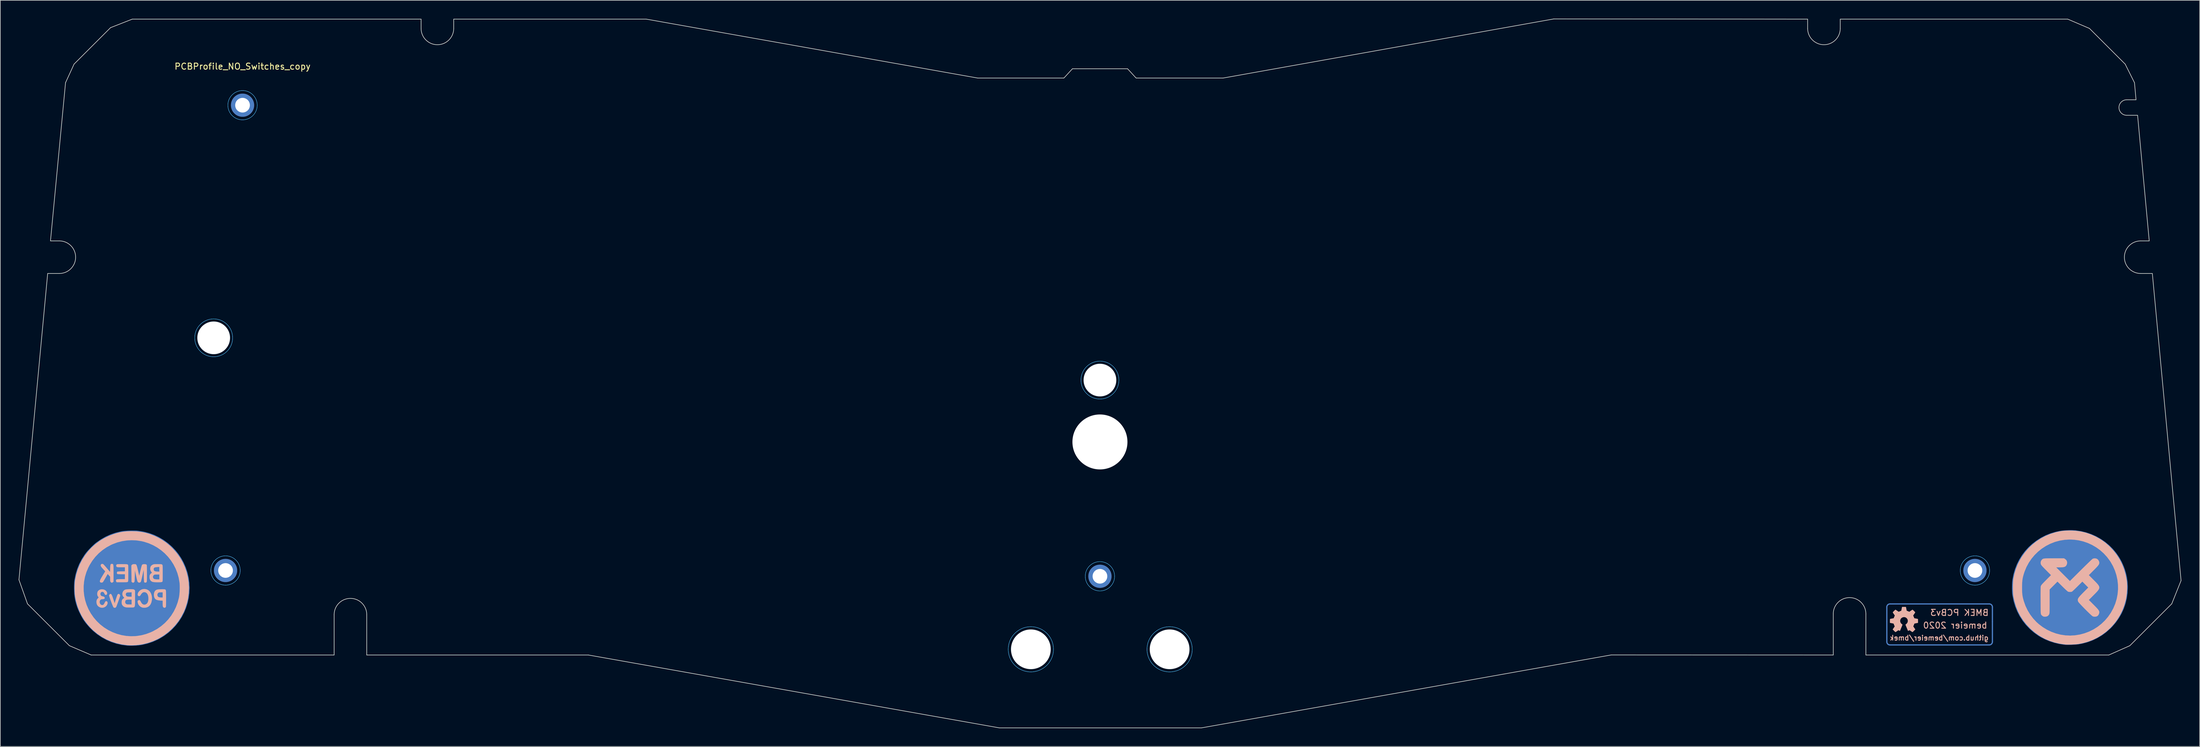
<source format=kicad_pcb>
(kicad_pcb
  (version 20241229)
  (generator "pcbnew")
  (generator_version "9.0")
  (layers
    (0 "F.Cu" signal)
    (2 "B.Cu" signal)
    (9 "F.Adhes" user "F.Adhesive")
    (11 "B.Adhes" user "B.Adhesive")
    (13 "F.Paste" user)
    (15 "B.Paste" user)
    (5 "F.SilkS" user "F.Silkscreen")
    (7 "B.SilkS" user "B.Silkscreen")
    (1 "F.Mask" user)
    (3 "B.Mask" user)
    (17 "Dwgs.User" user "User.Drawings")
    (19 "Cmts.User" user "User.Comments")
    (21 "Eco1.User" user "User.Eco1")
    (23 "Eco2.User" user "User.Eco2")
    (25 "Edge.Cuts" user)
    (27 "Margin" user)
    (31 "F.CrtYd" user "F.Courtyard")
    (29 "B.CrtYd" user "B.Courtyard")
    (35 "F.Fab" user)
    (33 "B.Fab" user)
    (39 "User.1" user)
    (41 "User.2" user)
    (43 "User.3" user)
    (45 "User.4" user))
  (footprint "PCBProfile_NO_Switches_copy"
    (layer "F.Cu")
    (at 36.626 14.179)
    (property "Reference" "PCBProfile_NO_Switches_copy" (at 0 -6.35 0) (unlocked yes) (layer "F.SilkS") (effects (font (size 1 1) (thickness 0.15))))
    (attr through_hole)
    (fp_line (start 268.986 82.169) (end 268.986 84.582) (stroke (width 0.2) (type solid)) (layer "B.Cu"))
    (fp_line (start 268.986 84.582) (end 268.986 87.884) (stroke (width 0.2) (type solid)) (layer "B.Cu"))
    (fp_line (start 269.494 81.68) (end 285.75 81.68) (stroke (width 0.2) (type solid)) (layer "B.Cu"))
    (fp_line (start 269.494 88.392) (end 285.75 88.392) (stroke (width 0.2) (type solid)) (layer "B.Cu"))
    (fp_line (start 286.258 82.169) (end 286.258 84.582) (stroke (width 0.2) (type solid)) (layer "B.Cu"))
    (fp_line (start 286.258 84.582) (end 286.258 87.884) (stroke (width 0.2) (type solid)) (layer "B.Cu"))
    (fp_arc (start 268.986 82.187904) (mid 269.13479 81.828694) (end 269.494 81.679904) (stroke (width 0.2) (type solid)) (layer "B.Cu"))
    (fp_arc (start 269.494 88.392) (mid 269.13479 88.24321) (end 268.986 87.884) (stroke (width 0.2) (type solid)) (layer "B.Cu"))
    (fp_arc (start 285.75 81.679904) (mid 286.10921 81.828694) (end 286.258 82.187904) (stroke (width 0.2) (type solid)) (layer "B.Cu"))
    (fp_arc (start 286.258 87.884) (mid 286.10921 88.24321) (end 285.75 88.392) (stroke (width 0.2) (type solid)) (layer "B.Cu"))
    (fp_poly (pts (xy 299.304 69.603) (xy 299.676 69.617) (xy 299.897 69.636) (xy 300.781 69.771) (xy 301.638 69.983) (xy 302.463 70.268) (xy 303.251 70.623) (xy 303.999 71.045) (xy 304.703 71.53) (xy 305.359 72.076) (xy 305.962 72.679) (xy 306.508 73.335) (xy 306.994 74.042) (xy 307.415 74.796) (xy 307.766 75.594) (xy 307.911 75.997) (xy 308.122 76.705) (xy 308.27 77.391) (xy 308.36 78.082) (xy 308.397 78.808) (xy 308.398 78.994) (xy 308.357 79.891) (xy 308.235 80.766) (xy 308.033 81.616) (xy 307.752 82.439) (xy 307.393 83.23) (xy 306.959 83.987) (xy 306.45 84.708) (xy 305.867 85.389) (xy 305.521 85.74) (xy 304.851 86.328) (xy 304.135 86.847) (xy 303.374 87.295) (xy 302.575 87.67) (xy 301.74 87.97) (xy 300.873 88.193) (xy 300.355 88.286) (xy 300.116 88.315) (xy 299.816 88.338) (xy 299.477 88.356) (xy 299.119 88.368) (xy 298.764 88.374) (xy 298.432 88.372) (xy 298.145 88.363) (xy 297.942 88.347) (xy 297.18 88.229) (xy 296.41 88.045) (xy 295.651 87.802) (xy 294.92 87.504) (xy 294.234 87.159) (xy 293.751 86.868) (xy 293.014 86.335) (xy 292.341 85.748) (xy 291.733 85.108) (xy 291.192 84.418) (xy 290.719 83.681) (xy 290.316 82.9) (xy 289.986 82.077) (xy 289.728 81.215) (xy 289.547 80.316) (xy 289.514 80.095) (xy 289.488 79.821) (xy 289.471 79.486) (xy 289.465 79.114) (xy 289.469 78.727) (xy 289.482 78.348) (xy 289.505 78.002) (xy 289.537 77.71) (xy 289.538 77.703) (xy 289.705 76.835) (xy 289.948 75.992) (xy 290.266 75.18) (xy 290.654 74.404) (xy 291.109 73.67) (xy 291.628 72.984) (xy 292.209 72.352) (xy 292.78 71.834) (xy 293.497 71.286) (xy 294.236 70.819) (xy 295.004 70.428) (xy 295.806 70.111) (xy 296.651 69.864) (xy 297.349 69.717) (xy 297.67 69.672) (xy 298.051 69.637) (xy 298.466 69.613) (xy 298.892 69.602) (xy 299.304 69.603)) (stroke (width 0.01) (type solid)) (fill yes) (layer "B.Cu"))
    (fp_poly (pts (xy -17.526 69.671) (xy -17.198 69.69) (xy -17.077 69.702) (xy -16.184 69.846) (xy -15.319 70.069) (xy -14.485 70.371) (xy -13.686 70.748) (xy -12.924 71.2) (xy -12.204 71.724) (xy -11.545 72.304) (xy -10.964 72.912) (xy -10.453 73.553) (xy -10.002 74.241) (xy -9.629 74.932) (xy -9.277 75.737) (xy -9.007 76.557) (xy -8.815 77.387) (xy -8.701 78.222) (xy -8.662 79.057) (xy -8.698 79.888) (xy -8.806 80.709) (xy -8.985 81.515) (xy -9.233 82.303) (xy -9.548 83.066) (xy -9.929 83.8) (xy -10.374 84.5) (xy -10.882 85.162) (xy -11.45 85.78) (xy -12.077 86.35) (xy -12.762 86.866) (xy -13.503 87.325) (xy -13.928 87.547) (xy -14.745 87.902) (xy -15.594 88.181) (xy -16.466 88.38) (xy -16.785 88.431) (xy -17.11 88.469) (xy -17.486 88.497) (xy -17.883 88.515) (xy -18.274 88.521) (xy -18.631 88.515) (xy -18.861 88.502) (xy -19.753 88.386) (xy -20.62 88.19) (xy -21.459 87.918) (xy -22.264 87.57) (xy -23.033 87.15) (xy -23.76 86.66) (xy -24.442 86.103) (xy -25.074 85.481) (xy -25.652 84.796) (xy -26.027 84.274) (xy -26.185 84.02) (xy -26.359 83.709) (xy -26.539 83.362) (xy -26.713 83.004) (xy -26.869 82.655) (xy -26.998 82.34) (xy -27.05 82.195) (xy -27.223 81.656) (xy -27.355 81.154) (xy -27.45 80.667) (xy -27.513 80.168) (xy -27.547 79.635) (xy -27.557 79.081) (xy -27.555 78.698) (xy -27.547 78.383) (xy -27.532 78.119) (xy -27.51 77.888) (xy -27.481 77.684) (xy -27.296 76.791) (xy -27.039 75.942) (xy -26.709 75.131) (xy -26.304 74.352) (xy -25.82 73.601) (xy -25.684 73.414) (xy -25.496 73.177) (xy -25.259 72.906) (xy -24.99 72.618) (xy -24.706 72.33) (xy -24.424 72.058) (xy -24.159 71.819) (xy -23.928 71.63) (xy -23.916 71.621) (xy -23.165 71.102) (xy -22.392 70.664) (xy -21.594 70.304) (xy -20.764 70.02) (xy -19.897 69.81) (xy -19.758 69.784) (xy -19.466 69.742) (xy -19.113 69.709) (xy -18.72 69.684) (xy -18.309 69.669) (xy -17.904 69.665) (xy -17.526 69.671)) (stroke (width 0.01) (type solid)) (fill yes) (layer "B.Cu"))
    (fp_poly (pts (xy -21.524 80.051) (xy -21.459 80.109) (xy -21.393 80.216) (xy -21.32 80.38) (xy -21.235 80.611) (xy -21.144 80.887) (xy -20.923 81.578) (xy -20.779 81.113) (xy -20.681 80.8) (xy -20.604 80.559) (xy -20.543 80.379) (xy -20.493 80.251) (xy -20.452 80.165) (xy -20.414 80.11) (xy -20.375 80.078) (xy -20.331 80.058) (xy -20.326 80.056) (xy -20.238 80.036) (xy -20.172 80.062) (xy -20.101 80.135) (xy -20.028 80.246) (xy -20.019 80.348) (xy -20.023 80.367) (xy -20.05 80.455) (xy -20.099 80.604) (xy -20.166 80.799) (xy -20.245 81.025) (xy -20.33 81.266) (xy -20.416 81.506) (xy -20.498 81.73) (xy -20.569 81.922) (xy -20.625 82.068) (xy -20.66 82.15) (xy -20.662 82.155) (xy -20.762 82.274) (xy -20.892 82.319) (xy -21.032 82.289) (xy -21.098 82.245) (xy -21.136 82.186) (xy -21.196 82.06) (xy -21.272 81.883) (xy -21.358 81.668) (xy -21.45 81.429) (xy -21.542 81.181) (xy -21.63 80.938) (xy -21.707 80.713) (xy -21.768 80.522) (xy -21.808 80.379) (xy -21.823 80.298) (xy -21.791 80.195) (xy -21.716 80.098) (xy -21.624 80.039) (xy -21.59 80.033) (xy -21.524 80.051)) (stroke (width 0.01) (type solid)) (fill yes) (layer "B.SilkS"))
    (fp_poly (pts (xy -15.7 79.29) (xy -15.431 79.421) (xy -15.287 79.53) (xy -15.089 79.759) (xy -14.942 80.045) (xy -14.85 80.377) (xy -14.817 80.741) (xy -14.836 81.056) (xy -14.914 81.43) (xy -15.044 81.739) (xy -15.225 81.982) (xy -15.457 82.158) (xy -15.736 82.266) (xy -15.97 82.3) (xy -16.214 82.299) (xy -16.416 82.266) (xy -16.437 82.26) (xy -16.695 82.134) (xy -16.907 81.947) (xy -17.06 81.713) (xy -17.145 81.445) (xy -17.151 81.403) (xy -17.16 81.268) (xy -17.142 81.184) (xy -17.091 81.121) (xy -17.09 81.12) (xy -16.968 81.061) (xy -16.884 81.057) (xy -16.814 81.075) (xy -16.756 81.125) (xy -16.694 81.223) (xy -16.631 81.348) (xy -16.49 81.58) (xy -16.326 81.73) (xy -16.14 81.798) (xy -15.932 81.785) (xy -15.877 81.77) (xy -15.688 81.664) (xy -15.543 81.491) (xy -15.446 81.254) (xy -15.398 80.959) (xy -15.397 80.67) (xy -15.441 80.354) (xy -15.533 80.1) (xy -15.669 79.912) (xy -15.847 79.794) (xy -16.006 79.753) (xy -16.198 79.761) (xy -16.368 79.841) (xy -16.524 79.998) (xy -16.619 80.139) (xy -16.709 80.279) (xy -16.78 80.359) (xy -16.85 80.396) (xy -16.903 80.406) (xy -17.029 80.386) (xy -17.112 80.306) (xy -17.15 80.181) (xy -17.142 80.025) (xy -17.085 79.852) (xy -16.997 79.702) (xy -16.79 79.482) (xy -16.543 79.33) (xy -16.27 79.246) (xy -15.984 79.232) (xy -15.7 79.29)) (stroke (width 0.01) (type solid)) (fill yes) (layer "B.SilkS"))
    (fp_poly (pts (xy -21.305 75.125) (xy -21.247 75.136) (xy -21.202 75.165) (xy -21.167 75.22) (xy -21.142 75.308) (xy -21.124 75.438) (xy -21.113 75.618) (xy -21.107 75.856) (xy -21.104 76.159) (xy -21.103 76.537) (xy -21.103 76.674) (xy -21.103 78.037) (xy -21.215 78.125) (xy -21.332 78.198) (xy -21.427 78.199) (xy -21.529 78.129) (xy -21.549 78.109) (xy -21.599 78.052) (xy -21.63 77.989) (xy -21.646 77.898) (xy -21.654 77.759) (xy -21.655 77.611) (xy -21.657 77.218) (xy -21.859 76.996) (xy -22.061 76.775) (xy -22.432 77.428) (xy -22.555 77.642) (xy -22.667 77.832) (xy -22.759 77.983) (xy -22.825 78.085) (xy -22.853 78.122) (xy -22.975 78.178) (xy -23.121 78.187) (xy -23.208 78.162) (xy -23.287 78.111) (xy -23.333 78.045) (xy -23.343 77.955) (xy -23.315 77.834) (xy -23.248 77.672) (xy -23.138 77.463) (xy -22.982 77.197) (xy -22.879 77.026) (xy -22.459 76.341) (xy -22.817 75.955) (xy -22.998 75.752) (xy -23.12 75.592) (xy -23.188 75.466) (xy -23.207 75.361) (xy -23.182 75.268) (xy -23.159 75.227) (xy -23.077 75.147) (xy -22.955 75.123) (xy -22.944 75.122) (xy -22.891 75.126) (xy -22.839 75.143) (xy -22.78 75.181) (xy -22.705 75.249) (xy -22.605 75.355) (xy -22.471 75.507) (xy -22.294 75.713) (xy -22.235 75.782) (xy -21.675 76.441) (xy -21.653 75.852) (xy -21.641 75.586) (xy -21.624 75.393) (xy -21.598 75.262) (xy -21.558 75.181) (xy -21.5 75.139) (xy -21.419 75.124) (xy -21.375 75.122) (xy -21.305 75.125)) (stroke (width 0.01) (type solid)) (fill yes) (layer "B.SilkS"))
    (fp_poly (pts (xy -12.98 79.275) (xy -12.832 79.279) (xy -12.747 79.287) (xy -12.744 79.288) (xy -12.681 79.305) (xy -12.631 79.326) (xy -12.591 79.36) (xy -12.561 79.416) (xy -12.54 79.503) (xy -12.525 79.629) (xy -12.516 79.802) (xy -12.512 80.032) (xy -12.51 80.328) (xy -12.509 80.697) (xy -12.509 80.798) (xy -12.51 81.173) (xy -12.511 81.472) (xy -12.513 81.704) (xy -12.517 81.88) (xy -12.524 82.008) (xy -12.533 82.097) (xy -12.546 82.157) (xy -12.563 82.197) (xy -12.585 82.225) (xy -12.594 82.234) (xy -12.718 82.309) (xy -12.846 82.303) (xy -12.963 82.218) (xy -12.972 82.208) (xy -13.011 82.148) (xy -13.037 82.077) (xy -13.051 81.975) (xy -13.058 81.824) (xy -13.06 81.621) (xy -13.06 81.147) (xy -13.46 81.12) (xy -13.766 81.087) (xy -14.002 81.03) (xy -14.182 80.944) (xy -14.275 80.871) (xy -14.388 80.714) (xy -14.463 80.503) (xy -14.498 80.263) (xy -14.496 80.149) (xy -13.937 80.149) (xy -13.923 80.312) (xy -13.855 80.457) (xy -13.735 80.558) (xy -13.719 80.566) (xy -13.605 80.597) (xy -13.447 80.618) (xy -13.324 80.624) (xy -13.06 80.626) (xy -13.06 79.779) (xy -13.371 79.779) (xy -13.551 79.784) (xy -13.672 79.803) (xy -13.759 79.841) (xy -13.793 79.866) (xy -13.895 79.993) (xy -13.937 80.149) (xy -14.496 80.149) (xy -14.492 80.017) (xy -14.443 79.788) (xy -14.365 79.623) (xy -14.271 79.502) (xy -14.163 79.413) (xy -14.026 79.351) (xy -13.845 79.311) (xy -13.606 79.288) (xy -13.387 79.279) (xy -13.172 79.274) (xy -12.98 79.275)) (stroke (width 0.01) (type solid)) (fill yes) (layer "B.SilkS"))
    (fp_poly (pts (xy -19.415 75.166) (xy -19.19 75.17) (xy -19.026 75.177) (xy -18.912 75.189) (xy -18.836 75.206) (xy -18.787 75.228) (xy -18.784 75.231) (xy -18.758 75.25) (xy -18.737 75.275) (xy -18.721 75.315) (xy -18.709 75.377) (xy -18.701 75.472) (xy -18.695 75.609) (xy -18.692 75.796) (xy -18.691 76.042) (xy -18.69 76.358) (xy -18.69 76.642) (xy -18.69 77.017) (xy -18.692 77.316) (xy -18.694 77.549) (xy -18.699 77.724) (xy -18.705 77.851) (xy -18.715 77.939) (xy -18.728 77.996) (xy -18.745 78.033) (xy -18.767 78.058) (xy -18.767 78.058) (xy -18.804 78.082) (xy -18.86 78.1) (xy -18.948 78.113) (xy -19.08 78.121) (xy -19.265 78.126) (xy -19.516 78.128) (xy -19.719 78.128) (xy -20.593 78.128) (xy -20.662 78.023) (xy -20.709 77.891) (xy -20.687 77.767) (xy -20.603 77.677) (xy -20.57 77.661) (xy -20.49 77.646) (xy -20.344 77.634) (xy -20.15 77.625) (xy -19.927 77.62) (xy -19.851 77.62) (xy -19.24 77.62) (xy -19.24 76.816) (xy -19.846 76.816) (xy -20.128 76.812) (xy -20.329 76.802) (xy -20.454 76.785) (xy -20.502 76.765) (xy -20.547 76.673) (xy -20.551 76.554) (xy -20.519 76.446) (xy -20.471 76.394) (xy -20.399 76.378) (xy -20.262 76.364) (xy -20.077 76.355) (xy -19.862 76.35) (xy -19.815 76.35) (xy -19.24 76.35) (xy -19.24 75.673) (xy -19.875 75.673) (xy -20.123 75.672) (xy -20.3 75.668) (xy -20.421 75.66) (xy -20.501 75.645) (xy -20.554 75.622) (xy -20.594 75.59) (xy -20.595 75.588) (xy -20.669 75.471) (xy -20.661 75.346) (xy -20.614 75.259) (xy -20.588 75.227) (xy -20.556 75.203) (xy -20.503 75.186) (xy -20.42 75.175) (xy -20.294 75.169) (xy -20.113 75.166) (xy -19.865 75.165) (xy -19.713 75.165) (xy -19.415 75.166)) (stroke (width 0.01) (type solid)) (fill yes) (layer "B.SilkS"))
    (fp_poly (pts (xy -22.689 79.325) (xy -22.477 79.422) (xy -22.304 79.564) (xy -22.187 79.745) (xy -22.163 79.813) (xy -22.147 79.971) (xy -22.184 80.095) (xy -22.258 80.176) (xy -22.353 80.207) (xy -22.453 80.181) (xy -22.541 80.09) (xy -22.58 80.009) (xy -22.672 79.83) (xy -22.792 79.726) (xy -22.941 79.694) (xy -23.085 79.731) (xy -23.19 79.825) (xy -23.25 79.958) (xy -23.257 80.109) (xy -23.204 80.257) (xy -23.167 80.309) (xy -23.045 80.4) (xy -22.881 80.443) (xy -22.695 80.49) (xy -22.581 80.574) (xy -22.542 80.691) (xy -22.575 80.8) (xy -22.676 80.87) (xy -22.848 80.9) (xy -22.909 80.902) (xy -23.06 80.913) (xy -23.161 80.946) (xy -23.245 81.013) (xy -23.344 81.158) (xy -23.382 81.322) (xy -23.367 81.488) (xy -23.307 81.642) (xy -23.209 81.766) (xy -23.08 81.847) (xy -22.93 81.867) (xy -22.84 81.848) (xy -22.757 81.804) (xy -22.685 81.728) (xy -22.609 81.599) (xy -22.57 81.52) (xy -22.491 81.368) (xy -22.427 81.279) (xy -22.366 81.236) (xy -22.324 81.227) (xy -22.203 81.247) (xy -22.119 81.329) (xy -22.079 81.459) (xy -22.087 81.621) (xy -22.145 81.793) (xy -22.292 82.011) (xy -22.493 82.175) (xy -22.73 82.276) (xy -22.987 82.31) (xy -23.246 82.268) (xy -23.272 82.259) (xy -23.53 82.129) (xy -23.72 81.95) (xy -23.841 81.723) (xy -23.888 81.493) (xy -23.894 81.253) (xy -23.861 81.066) (xy -23.783 80.909) (xy -23.683 80.787) (xy -23.59 80.687) (xy -23.548 80.625) (xy -23.55 80.58) (xy -23.589 80.53) (xy -23.595 80.523) (xy -23.695 80.39) (xy -23.749 80.246) (xy -23.769 80.06) (xy -23.77 80) (xy -23.741 79.759) (xy -23.649 79.57) (xy -23.488 79.423) (xy -23.39 79.366) (xy -23.163 79.291) (xy -22.923 79.28) (xy -22.689 79.325)) (stroke (width 0.01) (type solid)) (fill yes) (layer "B.SilkS"))
    (fp_poly (pts (xy -18.141 79.272) (xy -17.978 79.276) (xy -17.868 79.285) (xy -17.796 79.302) (xy -17.745 79.329) (xy -17.7 79.369) (xy -17.693 79.375) (xy -17.589 79.479) (xy -17.589 80.767) (xy -17.588 81.162) (xy -17.588 81.48) (xy -17.593 81.731) (xy -17.607 81.921) (xy -17.634 82.059) (xy -17.679 82.154) (xy -17.745 82.214) (xy -17.836 82.246) (xy -17.957 82.26) (xy -18.111 82.262) (xy -18.304 82.263) (xy -18.337 82.263) (xy -18.568 82.263) (xy -18.785 82.258) (xy -18.965 82.249) (xy -19.086 82.237) (xy -19.1 82.234) (xy -19.34 82.16) (xy -19.521 82.043) (xy -19.653 81.887) (xy -19.717 81.778) (xy -19.752 81.673) (xy -19.767 81.54) (xy -19.77 81.405) (xy -19.768 81.387) (xy -19.198 81.387) (xy -19.181 81.517) (xy -19.116 81.615) (xy -19.068 81.659) (xy -18.999 81.711) (xy -18.929 81.743) (xy -18.836 81.761) (xy -18.698 81.768) (xy -18.539 81.769) (xy -18.14 81.769) (xy -18.14 80.964) (xy -18.523 80.964) (xy -18.781 80.973) (xy -18.966 81.003) (xy -19.09 81.062) (xy -19.162 81.155) (xy -19.194 81.291) (xy -19.198 81.387) (xy -19.768 81.387) (xy -19.755 81.183) (xy -19.705 81.018) (xy -19.608 80.886) (xy -19.464 80.771) (xy -19.336 80.684) (xy -19.476 80.531) (xy -19.604 80.334) (xy -19.66 80.109) (xy -19.656 80.049) (xy -19.103 80.049) (xy -19.096 80.209) (xy -19.028 80.342) (xy -18.969 80.406) (xy -18.9 80.448) (xy -18.802 80.473) (xy -18.656 80.487) (xy -18.447 80.493) (xy -18.14 80.499) (xy -18.14 79.771) (xy -18.546 79.786) (xy -18.738 79.794) (xy -18.864 79.807) (xy -18.945 79.829) (xy -18.998 79.863) (xy -19.032 79.9) (xy -19.103 80.049) (xy -19.656 80.049) (xy -19.644 79.876) (xy -19.556 79.653) (xy -19.473 79.536) (xy -19.38 79.443) (xy -19.276 79.374) (xy -19.145 79.325) (xy -18.975 79.294) (xy -18.752 79.277) (xy -18.461 79.271) (xy -18.373 79.271) (xy -18.141 79.272)) (stroke (width 0.01) (type solid)) (fill yes) (layer "B.SilkS"))
    (fp_poly (pts (xy -17.619 75.165) (xy -17.533 75.171) (xy -17.463 75.192) (xy -17.405 75.236) (xy -17.354 75.312) (xy -17.305 75.429) (xy -17.254 75.594) (xy -17.197 75.818) (xy -17.128 76.107) (xy -17.057 76.413) (xy -16.899 77.089) (xy -16.693 76.201) (xy -16.619 75.887) (xy -16.558 75.647) (xy -16.508 75.471) (xy -16.466 75.35) (xy -16.428 75.274) (xy -16.399 75.239) (xy -16.29 75.19) (xy -16.134 75.166) (xy -15.963 75.168) (xy -15.812 75.196) (xy -15.736 75.231) (xy -15.71 75.25) (xy -15.69 75.275) (xy -15.674 75.314) (xy -15.662 75.375) (xy -15.653 75.469) (xy -15.648 75.604) (xy -15.644 75.789) (xy -15.643 76.033) (xy -15.642 76.345) (xy -15.642 76.67) (xy -15.642 77.047) (xy -15.643 77.349) (xy -15.645 77.585) (xy -15.649 77.763) (xy -15.656 77.893) (xy -15.665 77.985) (xy -15.677 78.046) (xy -15.694 78.087) (xy -15.716 78.116) (xy -15.73 78.132) (xy -15.843 78.191) (xy -15.975 78.186) (xy -16.087 78.123) (xy -16.1 78.069) (xy -16.114 77.941) (xy -16.127 77.748) (xy -16.138 77.5) (xy -16.147 77.209) (xy -16.15 77.079) (xy -16.171 76.075) (xy -16.376 77.002) (xy -16.437 77.276) (xy -16.495 77.526) (xy -16.547 77.741) (xy -16.589 77.904) (xy -16.617 78.005) (xy -16.625 78.025) (xy -16.715 78.137) (xy -16.839 78.188) (xy -16.974 78.18) (xy -17.097 78.114) (xy -17.184 77.991) (xy -17.184 77.991) (xy -17.21 77.908) (xy -17.25 77.757) (xy -17.3 77.554) (xy -17.357 77.312) (xy -17.416 77.049) (xy -17.426 77.006) (xy -17.611 76.16) (xy -17.632 77.105) (xy -17.639 77.412) (xy -17.645 77.645) (xy -17.653 77.815) (xy -17.663 77.935) (xy -17.676 78.016) (xy -17.694 78.067) (xy -17.719 78.102) (xy -17.751 78.13) (xy -17.753 78.132) (xy -17.862 78.2) (xy -17.957 78.198) (xy -18.061 78.132) (xy -18.161 78.051) (xy -18.185 75.376) (xy -18.08 75.27) (xy -18.002 75.208) (xy -17.911 75.176) (xy -17.776 75.165) (xy -17.726 75.165) (xy -17.619 75.165)) (stroke (width 0.01) (type solid)) (fill yes) (layer "B.SilkS"))
    (fp_poly (pts (xy -13.626 75.166) (xy -13.447 75.169) (xy -13.323 75.178) (xy -13.242 75.192) (xy -13.188 75.214) (xy -13.149 75.245) (xy -13.144 75.249) (xy -13.121 75.277) (xy -13.102 75.311) (xy -13.087 75.363) (xy -13.077 75.442) (xy -13.069 75.556) (xy -13.064 75.715) (xy -13.061 75.929) (xy -13.06 76.206) (xy -13.06 76.556) (xy -13.06 76.661) (xy -13.06 77.033) (xy -13.061 77.329) (xy -13.064 77.559) (xy -13.068 77.732) (xy -13.075 77.857) (xy -13.085 77.943) (xy -13.099 77.999) (xy -13.116 78.035) (xy -13.137 78.058) (xy -13.216 78.09) (xy -13.362 78.113) (xy -13.557 78.128) (xy -13.783 78.135) (xy -14.024 78.134) (xy -14.261 78.125) (xy -14.476 78.107) (xy -14.653 78.082) (xy -14.773 78.05) (xy -14.779 78.047) (xy -14.986 77.913) (xy -15.126 77.726) (xy -15.2 77.487) (xy -15.211 77.386) (xy -15.212 77.28) (xy -14.663 77.28) (xy -14.616 77.434) (xy -14.539 77.537) (xy -14.411 77.607) (xy -14.222 77.647) (xy -13.961 77.661) (xy -13.959 77.661) (xy -13.61 77.662) (xy -13.61 76.858) (xy -14.015 76.858) (xy -14.205 76.859) (xy -14.331 76.867) (xy -14.414 76.884) (xy -14.475 76.918) (xy -14.535 76.972) (xy -14.545 76.982) (xy -14.644 77.125) (xy -14.663 77.28) (xy -15.212 77.28) (xy -15.212 77.216) (xy -15.197 77.056) (xy -15.178 76.97) (xy -15.107 76.836) (xy -14.996 76.707) (xy -14.873 76.614) (xy -14.829 76.594) (xy -14.818 76.556) (xy -14.877 76.475) (xy -14.909 76.442) (xy -15.027 76.268) (xy -15.092 76.053) (xy -15.095 75.984) (xy -14.541 75.984) (xy -14.526 76.128) (xy -14.474 76.233) (xy -14.375 76.306) (xy -14.219 76.353) (xy -13.994 76.378) (xy -13.832 76.386) (xy -13.61 76.392) (xy -13.61 75.618) (xy -13.979 75.646) (xy -14.211 75.671) (xy -14.371 75.707) (xy -14.472 75.763) (xy -14.524 75.846) (xy -14.541 75.962) (xy -14.541 75.984) (xy -15.095 75.984) (xy -15.101 75.824) (xy -15.052 75.606) (xy -14.978 75.467) (xy -14.89 75.379) (xy -14.763 75.29) (xy -14.71 75.26) (xy -14.63 75.223) (xy -14.55 75.197) (xy -14.451 75.18) (xy -14.318 75.17) (xy -14.134 75.166) (xy -13.882 75.165) (xy -13.876 75.165) (xy -13.626 75.166)) (stroke (width 0.01) (type solid)) (fill yes) (layer "B.SilkS"))
    (fp_poly (pts (xy -17.316 69.804) (xy -16.561 69.89) (xy -15.838 70.037) (xy -15.129 70.249) (xy -14.417 70.531) (xy -14.012 70.719) (xy -13.26 71.128) (xy -12.568 71.59) (xy -11.924 72.114) (xy -11.375 72.646) (xy -10.787 73.321) (xy -10.272 74.037) (xy -9.831 74.79) (xy -9.466 75.575) (xy -9.177 76.389) (xy -8.965 77.228) (xy -8.833 78.086) (xy -8.78 78.96) (xy -8.809 79.846) (xy -8.921 80.74) (xy -8.958 80.943) (xy -9.035 81.284) (xy -9.142 81.672) (xy -9.27 82.079) (xy -9.409 82.478) (xy -9.551 82.84) (xy -9.642 83.046) (xy -10.052 83.825) (xy -10.53 84.556) (xy -11.071 85.235) (xy -11.67 85.86) (xy -12.322 86.426) (xy -13.023 86.93) (xy -13.767 87.369) (xy -14.552 87.737) (xy -15.371 88.033) (xy -16.22 88.252) (xy -16.394 88.287) (xy -16.923 88.369) (xy -17.477 88.424) (xy -18.029 88.45) (xy -18.549 88.446) (xy -18.838 88.428) (xy -19.741 88.309) (xy -20.615 88.111) (xy -21.456 87.837) (xy -22.262 87.487) (xy -23.029 87.063) (xy -23.755 86.567) (xy -24.437 86) (xy -24.744 85.706) (xy -25.343 85.047) (xy -25.873 84.343) (xy -26.33 83.594) (xy -26.715 82.805) (xy -27.025 81.978) (xy -27.259 81.115) (xy -27.392 80.393) (xy -27.43 80.053) (xy -27.455 79.657) (xy -27.466 79.23) (xy -27.463 78.798) (xy -27.462 78.772) (xy -25.994 78.772) (xy -25.988 79.549) (xy -25.905 80.32) (xy -25.746 81.08) (xy -25.512 81.822) (xy -25.204 82.542) (xy -24.823 83.232) (xy -24.369 83.888) (xy -23.86 84.488) (xy -23.285 85.039) (xy -22.66 85.527) (xy -21.991 85.949) (xy -21.285 86.302) (xy -20.548 86.583) (xy -19.789 86.791) (xy -19.013 86.922) (xy -18.227 86.974) (xy -17.438 86.945) (xy -17.302 86.931) (xy -16.526 86.808) (xy -15.774 86.61) (xy -15.036 86.333) (xy -14.682 86.17) (xy -13.971 85.779) (xy -13.311 85.321) (xy -12.706 84.802) (xy -12.158 84.227) (xy -11.671 83.598) (xy -11.248 82.921) (xy -10.893 82.199) (xy -10.61 81.437) (xy -10.409 80.681) (xy -10.351 80.343) (xy -10.307 79.946) (xy -10.279 79.516) (xy -10.267 79.077) (xy -10.273 78.654) (xy -10.297 78.273) (xy -10.307 78.177) (xy -10.442 77.391) (xy -10.654 76.631) (xy -10.939 75.902) (xy -11.293 75.209) (xy -11.713 74.556) (xy -12.193 73.948) (xy -12.73 73.389) (xy -13.319 72.885) (xy -13.956 72.439) (xy -14.637 72.056) (xy -15.358 71.741) (xy -16.114 71.498) (xy -16.53 71.399) (xy -17.326 71.277) (xy -18.127 71.238) (xy -18.928 71.28) (xy -19.72 71.403) (xy -20.497 71.606) (xy -21.25 71.889) (xy -21.517 72.01) (xy -22.238 72.403) (xy -22.907 72.862) (xy -23.523 73.384) (xy -24.081 73.967) (xy -24.577 74.605) (xy -25.009 75.297) (xy -25.231 75.725) (xy -25.542 76.466) (xy -25.772 77.225) (xy -25.922 77.996) (xy -25.994 78.772) (xy -27.462 78.772) (xy -27.447 78.383) (xy -27.418 78.012) (xy -27.392 77.811) (xy -27.217 76.927) (xy -26.967 76.077) (xy -26.645 75.264) (xy -26.255 74.491) (xy -25.799 73.763) (xy -25.28 73.083) (xy -24.703 72.455) (xy -24.069 71.883) (xy -23.383 71.37) (xy -22.646 70.921) (xy -21.863 70.539) (xy -21.209 70.286) (xy -20.627 70.1) (xy -20.079 69.961) (xy -19.54 69.864) (xy -18.983 69.804) (xy -18.383 69.778) (xy -18.119 69.776) (xy -17.316 69.804)) (stroke (width 0.01) (type solid)) (fill yes) (layer "B.SilkS"))
    (fp_poly (pts (xy 299.79 69.7) (xy 300.601 69.8) (xy 301.382 69.971) (xy 302.144 70.215) (xy 302.9 70.536) (xy 303.149 70.658) (xy 303.745 70.982) (xy 304.28 71.322) (xy 304.779 71.696) (xy 305.266 72.12) (xy 305.494 72.338) (xy 306.103 72.995) (xy 306.64 73.695) (xy 307.104 74.438) (xy 307.494 75.223) (xy 307.811 76.049) (xy 308.054 76.916) (xy 308.222 77.822) (xy 308.232 77.893) (xy 308.272 78.325) (xy 308.286 78.813) (xy 308.275 79.335) (xy 308.241 79.866) (xy 308.185 80.383) (xy 308.107 80.863) (xy 308.059 81.094) (xy 307.818 81.944) (xy 307.504 82.758) (xy 307.119 83.531) (xy 306.668 84.26) (xy 306.156 84.942) (xy 305.585 85.573) (xy 304.959 86.149) (xy 304.284 86.666) (xy 303.562 87.121) (xy 302.798 87.51) (xy 301.995 87.83) (xy 301.158 88.076) (xy 300.313 88.243) (xy 300.112 88.266) (xy 299.854 88.288) (xy 299.559 88.306) (xy 299.246 88.321) (xy 298.937 88.33) (xy 298.652 88.335) (xy 298.411 88.332) (xy 298.238 88.324) (xy 297.324 88.2) (xy 296.445 88) (xy 295.603 87.724) (xy 294.798 87.374) (xy 294.034 86.949) (xy 293.31 86.451) (xy 292.63 85.88) (xy 292.466 85.725) (xy 291.852 85.08) (xy 291.313 84.402) (xy 290.849 83.687) (xy 290.455 82.931) (xy 290.131 82.131) (xy 289.874 81.281) (xy 289.703 80.497) (xy 289.67 80.258) (xy 289.646 79.954) (xy 289.63 79.602) (xy 289.621 79.221) (xy 289.621 78.973) (xy 291.105 78.973) (xy 291.108 79.39) (xy 291.12 79.741) (xy 291.142 80.048) (xy 291.177 80.328) (xy 291.228 80.601) (xy 291.297 80.887) (xy 291.388 81.206) (xy 291.405 81.263) (xy 291.675 82.018) (xy 292.02 82.741) (xy 292.436 83.423) (xy 292.917 84.058) (xy 293.458 84.639) (xy 293.849 84.991) (xy 294.496 85.481) (xy 295.183 85.901) (xy 295.903 86.247) (xy 296.65 86.519) (xy 297.417 86.714) (xy 298.198 86.831) (xy 298.987 86.867) (xy 299.753 86.823) (xy 300.56 86.694) (xy 301.339 86.486) (xy 302.087 86.204) (xy 302.797 85.85) (xy 303.467 85.428) (xy 304.09 84.941) (xy 304.663 84.392) (xy 305.18 83.785) (xy 305.637 83.124) (xy 306.03 82.41) (xy 306.049 82.371) (xy 306.359 81.629) (xy 306.588 80.867) (xy 306.738 80.091) (xy 306.809 79.308) (xy 306.8 78.524) (xy 306.714 77.744) (xy 306.549 76.975) (xy 306.307 76.223) (xy 305.988 75.495) (xy 305.592 74.795) (xy 305.485 74.631) (xy 305.003 73.986) (xy 304.465 73.4) (xy 303.878 72.877) (xy 303.248 72.419) (xy 302.579 72.027) (xy 301.878 71.703) (xy 301.149 71.45) (xy 300.399 71.268) (xy 299.634 71.161) (xy 298.858 71.13) (xy 298.077 71.176) (xy 297.297 71.302) (xy 296.523 71.51) (xy 296.463 71.53) (xy 295.715 71.823) (xy 295.006 72.188) (xy 294.34 72.621) (xy 293.722 73.117) (xy 293.157 73.67) (xy 292.65 74.277) (xy 292.205 74.932) (xy 291.827 75.63) (xy 291.522 76.366) (xy 291.464 76.536) (xy 291.351 76.897) (xy 291.263 77.22) (xy 291.198 77.524) (xy 291.153 77.831) (xy 291.125 78.161) (xy 291.11 78.535) (xy 291.105 78.972) (xy 291.105 78.973) (xy 289.621 78.973) (xy 289.62 78.83) (xy 289.628 78.446) (xy 289.643 78.088) (xy 289.666 77.775) (xy 289.697 77.525) (xy 289.703 77.491) (xy 289.876 76.697) (xy 290.098 75.957) (xy 290.372 75.254) (xy 290.596 74.782) (xy 291.031 74.017) (xy 291.532 73.3) (xy 292.095 72.637) (xy 292.715 72.03) (xy 293.386 71.483) (xy 294.106 71.001) (xy 294.868 70.586) (xy 295.667 70.243) (xy 296.5 69.976) (xy 296.718 69.92) (xy 297.138 69.825) (xy 297.527 69.756) (xy 297.912 69.709) (xy 298.318 69.681) (xy 298.772 69.669) (xy 298.937 69.668) (xy 299.79 69.7)) (stroke (width 0.01) (type solid)) (fill yes) (layer "B.SilkS"))
    (fp_poly (pts (xy 298.135 74.316) (xy 298.317 74.467) (xy 298.434 74.663) (xy 298.483 74.887) (xy 298.458 75.123) (xy 298.413 75.248) (xy 298.33 75.397) (xy 298.231 75.509) (xy 298.101 75.59) (xy 297.929 75.644) (xy 297.703 75.675) (xy 297.411 75.689) (xy 297.265 75.69) (xy 296.694 75.692) (xy 298.935 77.935) (xy 300.735 76.141) (xy 301.062 75.817) (xy 301.374 75.509) (xy 301.666 75.223) (xy 301.931 74.965) (xy 302.165 74.74) (xy 302.362 74.553) (xy 302.516 74.41) (xy 302.621 74.317) (xy 302.671 74.279) (xy 302.869 74.22) (xy 303.093 74.218) (xy 303.308 74.272) (xy 303.379 74.306) (xy 303.531 74.433) (xy 303.653 74.609) (xy 303.728 74.803) (xy 303.742 74.917) (xy 303.735 75.017) (xy 303.713 75.114) (xy 303.667 75.217) (xy 303.593 75.334) (xy 303.483 75.473) (xy 303.331 75.643) (xy 303.132 75.852) (xy 302.879 76.109) (xy 302.82 76.168) (xy 302.028 76.962) (xy 302.82 77.756) (xy 303.123 78.061) (xy 303.366 78.317) (xy 303.549 78.535) (xy 303.673 78.725) (xy 303.737 78.899) (xy 303.741 79.066) (xy 303.686 79.237) (xy 303.571 79.424) (xy 303.396 79.638) (xy 303.161 79.888) (xy 302.866 80.186) (xy 302.82 80.232) (xy 302.028 81.026) (xy 302.82 81.82) (xy 303.085 82.088) (xy 303.295 82.307) (xy 303.456 82.484) (xy 303.574 82.629) (xy 303.655 82.75) (xy 303.706 82.854) (xy 303.732 82.951) (xy 303.741 83.049) (xy 303.741 83.067) (xy 303.706 83.262) (xy 303.616 83.457) (xy 303.489 83.615) (xy 303.442 83.653) (xy 303.257 83.739) (xy 303.036 83.774) (xy 302.813 83.755) (xy 302.659 83.701) (xy 302.581 83.645) (xy 302.455 83.538) (xy 302.29 83.387) (xy 302.093 83.201) (xy 301.874 82.988) (xy 301.641 82.758) (xy 301.402 82.519) (xy 301.166 82.279) (xy 300.942 82.047) (xy 300.738 81.831) (xy 300.562 81.641) (xy 300.424 81.485) (xy 300.331 81.371) (xy 300.294 81.313) (xy 300.246 81.183) (xy 300.222 81.063) (xy 300.227 80.945) (xy 300.265 80.822) (xy 300.341 80.684) (xy 300.46 80.523) (xy 300.626 80.33) (xy 300.845 80.098) (xy 301.12 79.817) (xy 301.15 79.788) (xy 301.94 78.993) (xy 301.455 78.507) (xy 300.97 78.02) (xy 300.165 78.82) (xy 299.947 79.035) (xy 299.744 79.232) (xy 299.566 79.402) (xy 299.421 79.537) (xy 299.318 79.628) (xy 299.268 79.667) (xy 299.149 79.699) (xy 298.984 79.712) (xy 298.808 79.705) (xy 298.659 79.677) (xy 298.633 79.669) (xy 298.571 79.627) (xy 298.46 79.534) (xy 298.308 79.397) (xy 298.124 79.226) (xy 297.917 79.028) (xy 297.708 78.822) (xy 296.903 78.021) (xy 296.258 78.667) (xy 295.614 79.312) (xy 295.614 81.272) (xy 295.614 81.731) (xy 295.613 82.114) (xy 295.611 82.427) (xy 295.609 82.679) (xy 295.605 82.878) (xy 295.599 83.032) (xy 295.592 83.147) (xy 295.581 83.232) (xy 295.569 83.296) (xy 295.553 83.344) (xy 295.534 83.387) (xy 295.53 83.395) (xy 295.399 83.581) (xy 295.225 83.701) (xy 294.999 83.761) (xy 294.917 83.768) (xy 294.752 83.769) (xy 294.632 83.747) (xy 294.518 83.693) (xy 294.492 83.677) (xy 294.366 83.58) (xy 294.26 83.465) (xy 294.238 83.432) (xy 294.219 83.397) (xy 294.203 83.357) (xy 294.19 83.305) (xy 294.179 83.232) (xy 294.17 83.132) (xy 294.163 82.997) (xy 294.157 82.821) (xy 294.153 82.595) (xy 294.149 82.313) (xy 294.146 81.968) (xy 294.144 81.551) (xy 294.141 81.121) (xy 294.139 80.565) (xy 294.138 80.091) (xy 294.14 79.695) (xy 294.144 79.373) (xy 294.15 79.121) (xy 294.158 78.937) (xy 294.169 78.817) (xy 294.177 78.771) (xy 294.201 78.707) (xy 294.242 78.635) (xy 294.308 78.545) (xy 294.405 78.43) (xy 294.54 78.283) (xy 294.721 78.095) (xy 294.954 77.858) (xy 295.034 77.776) (xy 295.843 76.961) (xy 295.033 76.147) (xy 294.785 75.896) (xy 294.591 75.696) (xy 294.444 75.539) (xy 294.336 75.417) (xy 294.262 75.321) (xy 294.214 75.244) (xy 294.185 75.178) (xy 294.175 75.147) (xy 294.146 74.896) (xy 294.197 74.666) (xy 294.316 74.476) (xy 294.374 74.411) (xy 294.429 74.358) (xy 294.491 74.315) (xy 294.568 74.281) (xy 294.668 74.256) (xy 294.799 74.237) (xy 294.971 74.225) (xy 295.191 74.217) (xy 295.469 74.212) (xy 295.812 74.211) (xy 296.23 74.21) (xy 296.339 74.21) (xy 297.956 74.21) (xy 298.135 74.316)) (stroke (width 0.01) (type solid)) (fill yes) (layer "B.SilkS"))
    (fp_poly (pts (xy 271.689 82.168) (xy 271.611 82.168) (xy 271.554 82.169) (xy 271.515 82.172) (xy 271.491 82.175) (xy 271.477 82.181) (xy 271.47 82.189) (xy 271.467 82.199) (xy 271.467 82.2) (xy 271.462 82.224) (xy 271.452 82.272) (xy 271.44 82.338) (xy 271.425 82.417) (xy 271.409 82.505) (xy 271.408 82.508) (xy 271.392 82.594) (xy 271.377 82.67) (xy 271.363 82.731) (xy 271.353 82.774) (xy 271.347 82.792) (xy 271.347 82.793) (xy 271.328 82.802) (xy 271.291 82.817) (xy 271.242 82.835) (xy 271.242 82.835) (xy 271.18 82.858) (xy 271.108 82.887) (xy 271.039 82.917) (xy 271.036 82.918) (xy 270.925 82.969) (xy 270.678 82.801) (xy 270.602 82.749) (xy 270.534 82.703) (xy 270.476 82.665) (xy 270.434 82.638) (xy 270.41 82.624) (xy 270.408 82.623) (xy 270.391 82.628) (xy 270.36 82.65) (xy 270.312 82.691) (xy 270.247 82.751) (xy 270.181 82.816) (xy 270.117 82.879) (xy 270.06 82.937) (xy 270.013 82.986) (xy 269.98 83.022) (xy 269.963 83.041) (xy 269.963 83.042) (xy 269.961 83.056) (xy 269.968 83.078) (xy 269.985 83.112) (xy 270.014 83.16) (xy 270.057 83.226) (xy 270.114 83.311) (xy 270.164 83.386) (xy 270.21 83.453) (xy 270.247 83.508) (xy 270.274 83.548) (xy 270.287 83.568) (xy 270.288 83.57) (xy 270.286 83.589) (xy 270.274 83.628) (xy 270.253 83.677) (xy 270.246 83.693) (xy 270.213 83.764) (xy 270.179 83.844) (xy 270.151 83.913) (xy 270.131 83.964) (xy 270.115 84.003) (xy 270.105 84.024) (xy 270.104 84.025) (xy 270.087 84.028) (xy 270.047 84.035) (xy 269.989 84.046) (xy 269.918 84.059) (xy 269.841 84.074) (xy 269.762 84.089) (xy 269.686 84.103) (xy 269.619 84.116) (xy 269.566 84.127) (xy 269.533 84.134) (xy 269.525 84.136) (xy 269.517 84.14) (xy 269.511 84.151) (xy 269.506 84.171) (xy 269.503 84.205) (xy 269.501 84.256) (xy 269.5 84.327) (xy 269.5 84.422) (xy 269.5 84.461) (xy 269.5 84.778) (xy 269.576 84.793) (xy 269.619 84.801) (xy 269.682 84.813) (xy 269.758 84.827) (xy 269.84 84.843) (xy 269.863 84.847) (xy 269.938 84.861) (xy 270.004 84.876) (xy 270.055 84.889) (xy 270.085 84.899) (xy 270.09 84.902) (xy 270.102 84.923) (xy 270.119 84.963) (xy 270.139 85.016) (xy 270.143 85.027) (xy 270.168 85.097) (xy 270.199 85.176) (xy 270.23 85.247) (xy 270.23 85.247) (xy 270.282 85.358) (xy 270.113 85.607) (xy 269.944 85.855) (xy 270.161 86.072) (xy 270.226 86.137) (xy 270.286 86.194) (xy 270.337 86.24) (xy 270.375 86.273) (xy 270.398 86.289) (xy 270.401 86.29) (xy 270.42 86.282) (xy 270.458 86.26) (xy 270.512 86.227) (xy 270.577 86.184) (xy 270.647 86.137) (xy 270.719 86.089) (xy 270.782 86.047) (xy 270.834 86.014) (xy 270.87 85.993) (xy 270.886 85.985) (xy 270.906 85.991) (xy 270.943 86.009) (xy 270.991 86.033) (xy 270.996 86.035) (xy 271.059 86.067) (xy 271.103 86.083) (xy 271.13 86.083) (xy 271.144 86.069) (xy 271.144 86.068) (xy 271.151 86.051) (xy 271.168 86.01) (xy 271.194 85.949) (xy 271.226 85.87) (xy 271.264 85.777) (xy 271.307 85.673) (xy 271.349 85.573) (xy 271.395 85.462) (xy 271.437 85.359) (xy 271.474 85.268) (xy 271.504 85.191) (xy 271.528 85.131) (xy 271.542 85.093) (xy 271.547 85.078) (xy 271.535 85.062) (xy 271.506 85.035) (xy 271.467 85.006) (xy 271.356 84.914) (xy 271.27 84.809) (xy 271.209 84.693) (xy 271.173 84.567) (xy 271.166 84.435) (xy 271.171 84.374) (xy 271.202 84.247) (xy 271.255 84.135) (xy 271.327 84.039) (xy 271.415 83.96) (xy 271.516 83.9) (xy 271.625 83.858) (xy 271.74 83.837) (xy 271.858 83.837) (xy 271.975 83.86) (xy 272.087 83.906) (xy 272.193 83.977) (xy 272.237 84.017) (xy 272.321 84.12) (xy 272.38 84.233) (xy 272.414 84.352) (xy 272.422 84.474) (xy 272.406 84.596) (xy 272.367 84.714) (xy 272.303 84.826) (xy 272.216 84.927) (xy 272.119 85.006) (xy 272.079 85.037) (xy 272.05 85.063) (xy 272.04 85.078) (xy 272.045 85.095) (xy 272.061 85.136) (xy 272.085 85.197) (xy 272.116 85.275) (xy 272.154 85.368) (xy 272.196 85.472) (xy 272.238 85.573) (xy 272.284 85.684) (xy 272.326 85.787) (xy 272.364 85.879) (xy 272.396 85.956) (xy 272.42 86.015) (xy 272.436 86.054) (xy 272.442 86.068) (xy 272.456 86.083) (xy 272.483 86.083) (xy 272.527 86.067) (xy 272.59 86.036) (xy 272.591 86.035) (xy 272.639 86.011) (xy 272.677 85.993) (xy 272.699 85.985) (xy 272.7 85.985) (xy 272.717 85.993) (xy 272.753 86.015) (xy 272.805 86.048) (xy 272.869 86.09) (xy 272.939 86.137) (xy 273.011 86.186) (xy 273.076 86.228) (xy 273.13 86.261) (xy 273.168 86.282) (xy 273.186 86.29) (xy 273.202 86.28) (xy 273.236 86.252) (xy 273.283 86.21) (xy 273.341 86.156) (xy 273.405 86.093) (xy 273.426 86.072) (xy 273.643 85.855) (xy 273.478 85.613) (xy 273.427 85.538) (xy 273.383 85.471) (xy 273.348 85.416) (xy 273.324 85.376) (xy 273.313 85.355) (xy 273.312 85.354) (xy 273.318 85.334) (xy 273.333 85.295) (xy 273.356 85.243) (xy 273.371 85.208) (xy 273.401 85.141) (xy 273.428 85.073) (xy 273.45 85.015) (xy 273.455 84.998) (xy 273.472 84.951) (xy 273.488 84.915) (xy 273.497 84.902) (xy 273.516 84.893) (xy 273.559 84.882) (xy 273.619 84.868) (xy 273.691 84.853) (xy 273.724 84.847) (xy 273.806 84.832) (xy 273.884 84.817) (xy 273.952 84.804) (xy 274.001 84.795) (xy 274.01 84.793) (xy 274.087 84.778) (xy 274.087 84.461) (xy 274.086 84.357) (xy 274.086 84.278) (xy 274.084 84.22) (xy 274.082 84.181) (xy 274.078 84.157) (xy 274.072 84.143) (xy 274.064 84.137) (xy 274.061 84.136) (xy 274.042 84.131) (xy 274.001 84.123) (xy 273.942 84.111) (xy 273.87 84.098) (xy 273.793 84.083) (xy 273.713 84.068) (xy 273.638 84.053) (xy 273.572 84.041) (xy 273.521 84.032) (xy 273.489 84.026) (xy 273.482 84.025) (xy 273.476 84.013) (xy 273.462 83.98) (xy 273.443 83.932) (xy 273.436 83.913) (xy 273.406 83.841) (xy 273.372 83.761) (xy 273.341 83.693) (xy 273.318 83.642) (xy 273.303 83.599) (xy 273.298 83.573) (xy 273.299 83.57) (xy 273.309 83.553) (xy 273.334 83.517) (xy 273.369 83.464) (xy 273.413 83.399) (xy 273.463 83.326) (xy 273.473 83.311) (xy 273.531 83.225) (xy 273.573 83.16) (xy 273.602 83.112) (xy 273.619 83.078) (xy 273.626 83.056) (xy 273.624 83.043) (xy 273.624 83.042) (xy 273.61 83.025) (xy 273.578 82.99) (xy 273.532 82.943) (xy 273.476 82.886) (xy 273.413 82.823) (xy 273.406 82.816) (xy 273.326 82.738) (xy 273.264 82.682) (xy 273.22 82.644) (xy 273.191 82.626) (xy 273.178 82.623) (xy 273.16 82.634) (xy 273.121 82.658) (xy 273.067 82.694) (xy 273 82.738) (xy 272.926 82.789) (xy 272.909 82.801) (xy 272.662 82.969) (xy 272.551 82.918) (xy 272.483 82.889) (xy 272.41 82.859) (xy 272.348 82.836) (xy 272.345 82.835) (xy 272.296 82.817) (xy 272.258 82.802) (xy 272.24 82.793) (xy 272.24 82.793) (xy 272.234 82.776) (xy 272.224 82.736) (xy 272.211 82.676) (xy 272.196 82.601) (xy 272.18 82.515) (xy 272.178 82.508) (xy 272.162 82.42) (xy 272.147 82.341) (xy 272.134 82.274) (xy 272.125 82.226) (xy 272.12 82.201) (xy 272.12 82.2) (xy 272.117 82.19) (xy 272.111 82.182) (xy 272.098 82.176) (xy 272.075 82.172) (xy 272.038 82.17) (xy 271.983 82.168) (xy 271.907 82.168) (xy 271.806 82.168) (xy 271.793 82.168) (xy 271.689 82.168)) (stroke (width 0.01) (type solid)) (fill yes) (layer "B.SilkS"))
    (fp_line (start -36.576 77.724) (end -35.179 81.661) (stroke (width 0.1) (type solid)) (layer "Edge.Cuts"))
    (fp_line (start -36.576 77.724) (end -31.877 27.559) (stroke (width 0.1) (type solid)) (layer "Edge.Cuts"))
    (fp_line (start -31.877 27.559) (end -29.972 27.559) (stroke (width 0.1) (type solid)) (layer "Edge.Cuts"))
    (fp_line (start -31.417 22.225) (end -28.956 -3.683) (stroke (width 0.1) (type solid)) (layer "Edge.Cuts"))
    (fp_line (start -29.972 22.225) (end -31.417 22.225) (stroke (width 0.1) (type solid)) (layer "Edge.Cuts"))
    (fp_line (start -28.321 88.519) (end -35.179 81.661) (stroke (width 0.1) (type solid)) (layer "Edge.Cuts"))
    (fp_line (start -28.321 88.519) (end -24.765 90.043) (stroke (width 0.1) (type solid)) (layer "Edge.Cuts"))
    (fp_line (start -27.559 -6.731) (end -28.956 -3.683) (stroke (width 0.1) (type solid)) (layer "Edge.Cuts"))
    (fp_line (start -27.559 -6.731) (end -21.59 -12.7) (stroke (width 0.1) (type solid)) (layer "Edge.Cuts"))
    (fp_line (start -18.034 -14.097) (end -21.59 -12.7) (stroke (width 0.1) (type solid)) (layer "Edge.Cuts"))
    (fp_line (start -18.034 -14.097) (end 29.21 -14.097) (stroke (width 0.1) (type solid)) (layer "Edge.Cuts"))
    (fp_line (start 14.986 83.439) (end 14.986 90.043) (stroke (width 0.1) (type solid)) (layer "Edge.Cuts"))
    (fp_line (start 14.986 90.043) (end -24.765 90.043) (stroke (width 0.1) (type solid)) (layer "Edge.Cuts"))
    (fp_line (start 20.32 90.043) (end 20.32 83.439) (stroke (width 0.1) (type solid)) (layer "Edge.Cuts"))
    (fp_line (start 29.21 -14.097) (end 29.21 -12.573) (stroke (width 0.1) (type solid)) (layer "Edge.Cuts"))
    (fp_line (start 34.544 -14.097) (end 66.04 -14.097) (stroke (width 0.1) (type solid)) (layer "Edge.Cuts"))
    (fp_line (start 34.544 -12.573) (end 34.544 -14.097) (stroke (width 0.1) (type solid)) (layer "Edge.Cuts"))
    (fp_line (start 56.568 90.043) (end 20.32 90.043) (stroke (width 0.1) (type solid)) (layer "Edge.Cuts"))
    (fp_line (start 66.04 -14.097) (end 120.269 -4.445) (stroke (width 0.1) (type solid)) (layer "Edge.Cuts"))
    (fp_line (start 120.269 -4.445) (end 134.366 -4.445) (stroke (width 0.1) (type solid)) (layer "Edge.Cuts"))
    (fp_line (start 123.825 101.981) (end 56.568 90.043) (stroke (width 0.1) (type solid)) (layer "Edge.Cuts"))
    (fp_line (start 134.366 -4.445) (end 135.763 -5.969) (stroke (width 0.1) (type solid)) (layer "Edge.Cuts"))
    (fp_line (start 135.763 -5.969) (end 144.78 -5.969) (stroke (width 0.1) (type solid)) (layer "Edge.Cuts"))
    (fp_line (start 144.78 -5.969) (end 146.177 -4.445) (stroke (width 0.1) (type solid)) (layer "Edge.Cuts"))
    (fp_line (start 146.177 -4.445) (end 160.401 -4.445) (stroke (width 0.1) (type solid)) (layer "Edge.Cuts"))
    (fp_line (start 156.845 101.981) (end 123.825 101.981) (stroke (width 0.1) (type solid)) (layer "Edge.Cuts"))
    (fp_line (start 160.401 -4.445) (end 214.503 -14.129) (stroke (width 0.1) (type solid)) (layer "Edge.Cuts"))
    (fp_line (start 214.503 -14.129) (end 256.032 -14.097) (stroke (width 0.1) (type solid)) (layer "Edge.Cuts"))
    (fp_line (start 223.901 90.032) (end 156.845 101.981) (stroke (width 0.1) (type solid)) (layer "Edge.Cuts"))
    (fp_line (start 256.032 -14.097) (end 256.032 -12.573) (stroke (width 0.1) (type solid)) (layer "Edge.Cuts"))
    (fp_line (start 260.223 83.312) (end 260.223 90.043) (stroke (width 0.1) (type solid)) (layer "Edge.Cuts"))
    (fp_line (start 260.223 90.043) (end 223.901 90.032) (stroke (width 0.1) (type solid)) (layer "Edge.Cuts"))
    (fp_line (start 261.366 -14.097) (end 298.577 -14.097) (stroke (width 0.1) (type solid)) (layer "Edge.Cuts"))
    (fp_line (start 261.366 -12.573) (end 261.366 -14.097) (stroke (width 0.1) (type solid)) (layer "Edge.Cuts"))
    (fp_line (start 265.557 90.043) (end 265.557 83.312) (stroke (width 0.1) (type solid)) (layer "Edge.Cuts"))
    (fp_line (start 302.133 -12.573) (end 298.577 -14.097) (stroke (width 0.1) (type solid)) (layer "Edge.Cuts"))
    (fp_line (start 302.133 -12.573) (end 307.975 -6.731) (stroke (width 0.1) (type solid)) (layer "Edge.Cuts"))
    (fp_line (start 305.308 90.043) (end 265.557 90.043) (stroke (width 0.1) (type solid)) (layer "Edge.Cuts"))
    (fp_line (start 305.308 90.043) (end 308.737 88.519) (stroke (width 0.1) (type solid)) (layer "Edge.Cuts"))
    (fp_line (start 308.229 1.651) (end 310.007 1.651) (stroke (width 0.1) (type solid)) (layer "Edge.Cuts"))
    (fp_line (start 309.499 -3.683) (end 307.975 -6.731) (stroke (width 0.1) (type solid)) (layer "Edge.Cuts"))
    (fp_line (start 309.499 -3.683) (end 309.753 -0.889) (stroke (width 0.1) (type solid)) (layer "Edge.Cuts"))
    (fp_line (start 309.753 -0.889) (end 308.229 -0.889) (stroke (width 0.1) (type solid)) (layer "Edge.Cuts"))
    (fp_line (start 310.007 1.651) (end 311.912 22.225) (stroke (width 0.1) (type solid)) (layer "Edge.Cuts"))
    (fp_line (start 310.515 27.559) (end 312.42 27.559) (stroke (width 0.1) (type solid)) (layer "Edge.Cuts"))
    (fp_line (start 311.912 22.225) (end 310.515 22.225) (stroke (width 0.1) (type solid)) (layer "Edge.Cuts"))
    (fp_line (start 312.42 27.559) (end 317.119 77.851) (stroke (width 0.1) (type solid)) (layer "Edge.Cuts"))
    (fp_line (start 315.595 81.661) (end 308.737 88.519) (stroke (width 0.1) (type solid)) (layer "Edge.Cuts"))
    (fp_line (start 315.595 81.661) (end 317.119 77.851) (stroke (width 0.1) (type solid)) (layer "Edge.Cuts"))
    (fp_arc (start -29.972 22.225) (mid -27.305 24.892) (end -29.972 27.559) (stroke (width 0.1) (type solid)) (layer "Edge.Cuts"))
    (fp_arc (start 14.986 83.439) (mid 17.653 80.772) (end 20.32 83.439) (stroke (width 0.1) (type solid)) (layer "Edge.Cuts"))
    (fp_arc (start 34.544 -12.573) (mid 31.877 -9.906) (end 29.21 -12.573) (stroke (width 0.1) (type solid)) (layer "Edge.Cuts"))
    (fp_arc (start 260.223 83.312) (mid 262.89 80.645) (end 265.557 83.312) (stroke (width 0.1) (type solid)) (layer "Edge.Cuts"))
    (fp_arc (start 261.366 -12.573) (mid 258.699 -9.906) (end 256.032 -12.573) (stroke (width 0.1) (type solid)) (layer "Edge.Cuts"))
    (fp_arc (start 308.229 1.651) (mid 306.959 0.381) (end 308.229 -0.889) (stroke (width 0.1) (type solid)) (layer "Edge.Cuts"))
    (fp_arc (start 310.515 27.559) (mid 307.848 24.892) (end 310.515 22.225) (stroke (width 0.1) (type solid)) (layer "Edge.Cuts"))
    (fp_circle (center -4.72 38.1) (end -1.62 38.1) (stroke (width 0.05) (type solid)) (fill no) (layer "B.CrtYd"))
    (fp_circle (center -2.78 76.2) (end -0.38 76.2) (stroke (width 0.05) (type solid)) (fill no) (layer "B.CrtYd"))
    (fp_circle (center 0 0) (end 2.4 0) (stroke (width 0.05) (type solid)) (fill no) (layer "B.CrtYd"))
    (fp_circle (center 128.96 89.11) (end 132.66 89.11) (stroke (width 0.05) (type solid)) (fill no) (layer "B.CrtYd"))
    (fp_circle (center 140.26 45.02) (end 143.36 45.02) (stroke (width 0.05) (type solid)) (fill no) (layer "B.CrtYd"))
    (fp_circle (center 140.26 55.15) (end 144.66 55.15) (stroke (width 0.05) (type solid)) (fill no) (layer "B.CrtYd"))
    (fp_circle (center 140.26 77.15) (end 142.66 77.15) (stroke (width 0.05) (type solid)) (fill no) (layer "B.CrtYd"))
    (fp_circle (center 151.66 89.11) (end 155.36 89.11) (stroke (width 0.05) (type solid)) (fill no) (layer "B.CrtYd"))
    (fp_circle (center 283.4 76.2) (end 285.8 76.2) (stroke (width 0.05) (type solid)) (fill no) (layer "B.CrtYd"))
    (fp_circle (center -4.72 38.1) (end -1.62 38.1) (stroke (width 0.05) (type solid)) (fill no) (layer "F.CrtYd"))
    (fp_circle (center -2.78 76.2) (end -0.38 76.2) (stroke (width 0.05) (type solid)) (fill no) (layer "F.CrtYd"))
    (fp_circle (center 0 0) (end 2.4 0) (stroke (width 0.05) (type solid)) (fill no) (layer "F.CrtYd"))
    (fp_circle (center 128.96 89.11) (end 132.66 89.11) (stroke (width 0.05) (type solid)) (fill no) (layer "F.CrtYd"))
    (fp_circle (center 140.26 45.02) (end 143.36 45.02) (stroke (width 0.05) (type solid)) (fill no) (layer "F.CrtYd"))
    (fp_circle (center 140.26 55.15) (end 144.66 55.15) (stroke (width 0.05) (type solid)) (fill no) (layer "F.CrtYd"))
    (fp_circle (center 140.26 77.15) (end 142.66 77.15) (stroke (width 0.05) (type solid)) (fill no) (layer "F.CrtYd"))
    (fp_circle (center 151.66 89.11) (end 155.36 89.11) (stroke (width 0.05) (type solid)) (fill no) (layer "F.CrtYd"))
    (fp_circle (center 283.4 76.2) (end 285.8 76.2) (stroke (width 0.05) (type solid)) (fill no) (layer "F.CrtYd"))
    (fp_text user "bemeier 2020" (at 280.162 85.192 0) (unlocked yes) (layer "B.SilkS") (effects (font (size 1 1) (thickness 0.15)) (justify mirror)))
    (fp_text user "github.com/bemeier/bmek" (at 277.546 87.249 0) (unlocked yes) (layer "B.SilkS") (effects (font (size 0.8 0.8) (thickness 0.15)) (justify mirror)))
    (fp_text user "BMEK PCBv3" (at 280.873 83.109 0) (layer "B.SilkS") (effects (font (size 1 1) (thickness 0.152)) (justify mirror)))
    (pad "" np_thru_hole circle (at -4.72 38.1) (size 5.35 5.35) (drill 5.35) (layers "*.Cu" "*.Mask"))
    (pad "" np_thru_hole circle (at 128.96 89.11) (size 6.5 6.5) (drill 6.5) (layers "*.Cu" "*.Mask"))
    (pad "" np_thru_hole circle (at 140.26 45.02) (size 5.35 5.35) (drill 5.35) (layers "*.Cu" "*.Mask"))
    (pad "" np_thru_hole circle (at 140.26 55.15) (size 9 9) (drill 9) (layers "*.Cu" "*.Mask"))
    (pad "" np_thru_hole circle (at 151.66 89.11) (size 6.5 6.5) (drill 6.5) (layers "*.Cu" "*.Mask"))
    (pad "1" thru_hole circle (at -2.78 76.2) (size 3.8 3.8) (drill 2.4) (layers "*.Cu" "*.Mask"))
    (pad "1" thru_hole circle (at 0 0) (size 3.8 3.8) (drill 2.4) (layers "*.Cu" "*.Mask"))
    (pad "1" thru_hole circle (at 140.26 77.15) (size 3.8 3.8) (drill 2.4) (layers "*.Cu" "*.Mask"))
    (pad "1" thru_hole circle (at 283.4 76.2) (size 3.8 3.8) (drill 2.4) (layers "*.Cu" "*.Mask")))
  (gr_rect
    (start -3 -3)
    (end 356.795 119.21)
    (stroke (width 0.1) (type default))
    (fill no)
    (layer "Edge.Cuts")))
</source>
